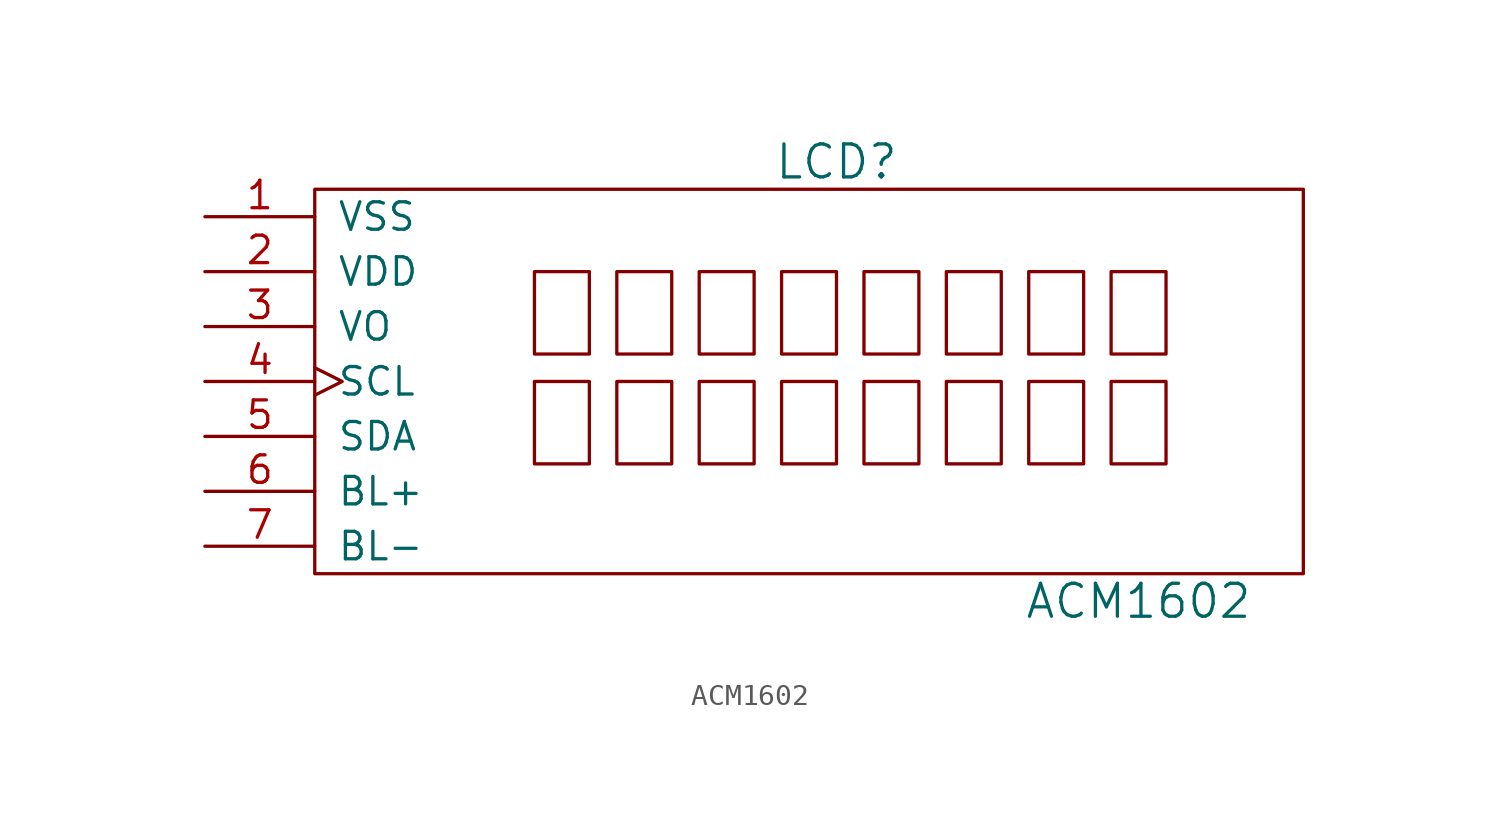
<source format=kicad_sym>
(kicad_symbol_lib
  (version 20241209)
  (generator "kicad_symbol_editor")
  (generator_version "9.0")
  (symbol "ACM1602"
    (pin_names
      (offset 1.016))
    (property "Reference" "LCD"
      (at 0 10.16 0)
      (effects (font (size 1.524 1.524))))
    (property "Value" "ACM1602"
      (at 13.97 -10.16 0)
      (effects (font (size 1.524 1.524))))
    (property "Footprint" ""
      (at -2.54 7.62 0)
      (effects (font (size 1.524 1.524))))
    (property "Datasheet" ""
      (at -2.54 7.62 0)
      (effects (font (size 1.524 1.524))))
    (symbol "ACM1602_0_1"
      (rectangle (start -13.97 1.27) (end -11.43 5.08) (stroke (width 0) (type solid)) (fill (type none)))
      (rectangle (start -13.97 0) (end -11.43 -3.81) (stroke (width 0) (type solid)) (fill (type none)))
      (rectangle (start -10.16 1.27) (end -7.62 5.08) (stroke (width 0) (type solid)) (fill (type none)))
      (rectangle (start -10.16 0) (end -7.62 -3.81) (stroke (width 0) (type solid)) (fill (type none)))
      (rectangle (start -6.35 1.27) (end -3.81 5.08) (stroke (width 0) (type solid)) (fill (type none)))
      (rectangle (start -6.35 0) (end -3.81 -3.81) (stroke (width 0) (type solid)) (fill (type none)))
      (rectangle (start -2.54 1.27) (end 0 5.08) (stroke (width 0) (type solid)) (fill (type none)))
      (rectangle (start -2.54 0) (end 0 -3.81) (stroke (width 0) (type solid)) (fill (type none)))
      (rectangle (start 1.27 1.27) (end 3.81 5.08) (stroke (width 0) (type solid)) (fill (type none)))
      (rectangle (start 1.27 0) (end 3.81 -3.81) (stroke (width 0) (type solid)) (fill (type none)))
      (rectangle (start 5.08 1.27) (end 7.62 5.08) (stroke (width 0) (type solid)) (fill (type none)))
      (rectangle (start 5.08 -3.81) (end 7.62 0) (stroke (width 0) (type solid)) (fill (type none)))
      (rectangle (start 8.89 1.27) (end 11.43 5.08) (stroke (width 0) (type solid)) (fill (type none)))
      (rectangle (start 8.89 0) (end 11.43 -3.81) (stroke (width 0) (type solid)) (fill (type none)))
      (rectangle (start 12.7 5.08) (end 15.24 1.27) (stroke (width 0) (type solid)) (fill (type none)))
      (rectangle (start 12.7 0) (end 15.24 -3.81) (stroke (width 0) (type solid)) (fill (type none)))
      (rectangle (start 21.59 -8.89) (end -24.13 8.89) (stroke (width 0) (type solid)) (fill (type none))))
    (symbol "ACM1602_1_1"
      (pin power_in line (at -29.21 7.62 0) (length 5.08) (name "VSS" (effects (font (size 1.27 1.27)))) (number "1" (effects (font (size 1.27 1.27)))))
      (pin power_in line (at -29.21 5.08 0) (length 5.08) (name "VDD" (effects (font (size 1.27 1.27)))) (number "2" (effects (font (size 1.27 1.27)))))
      (pin input line (at -29.21 2.54 0) (length 5.08) (name "VO" (effects (font (size 1.27 1.27)))) (number "3" (effects (font (size 1.27 1.27)))))
      (pin input clock (at -29.21 0 0) (length 5.08) (name "SCL" (effects (font (size 1.27 1.27)))) (number "4" (effects (font (size 1.27 1.27)))))
      (pin input line (at -29.21 -2.54 0) (length 5.08) (name "SDA" (effects (font (size 1.27 1.27)))) (number "5" (effects (font (size 1.27 1.27)))))
      (pin input line (at -29.21 -5.08 0) (length 5.08) (name "BL+" (effects (font (size 1.27 1.27)))) (number "6" (effects (font (size 1.27 1.27)))))
      (pin output line (at -29.21 -7.62 0) (length 5.08) (name "BL-" (effects (font (size 1.27 1.27)))) (number "7" (effects (font (size 1.27 1.27))))))))
</source>
